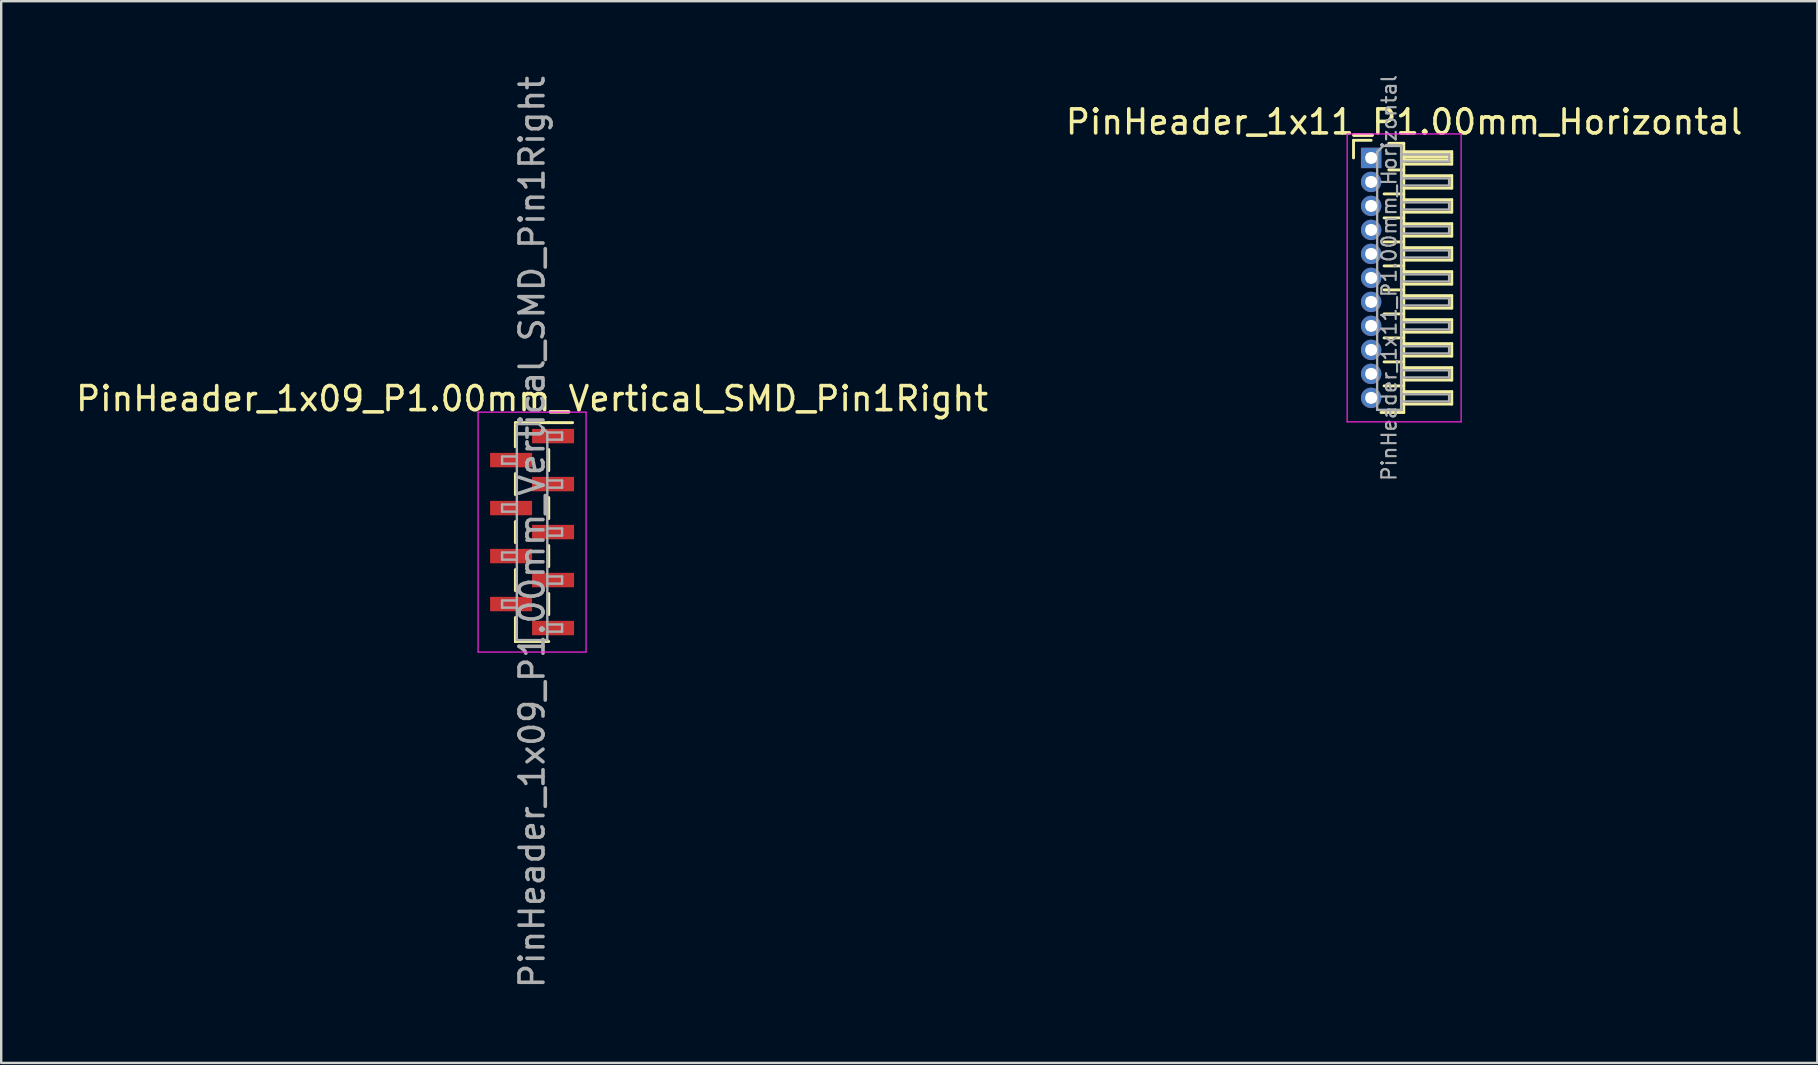
<source format=kicad_pcb>
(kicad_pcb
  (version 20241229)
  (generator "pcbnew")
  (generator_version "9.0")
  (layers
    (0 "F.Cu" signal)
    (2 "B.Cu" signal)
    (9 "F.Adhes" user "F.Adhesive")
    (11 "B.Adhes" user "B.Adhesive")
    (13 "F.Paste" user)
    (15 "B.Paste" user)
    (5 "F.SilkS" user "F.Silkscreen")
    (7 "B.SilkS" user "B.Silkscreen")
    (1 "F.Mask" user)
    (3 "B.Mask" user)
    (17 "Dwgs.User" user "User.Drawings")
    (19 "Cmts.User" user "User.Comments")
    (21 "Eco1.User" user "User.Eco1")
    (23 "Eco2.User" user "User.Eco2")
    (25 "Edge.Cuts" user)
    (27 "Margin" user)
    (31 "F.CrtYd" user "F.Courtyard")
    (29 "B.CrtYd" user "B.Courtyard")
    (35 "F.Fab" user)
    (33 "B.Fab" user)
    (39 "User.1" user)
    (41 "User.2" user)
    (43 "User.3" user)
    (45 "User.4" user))
  (footprint "PinHeader_1x11_P1.00mm_Horizontal"
    (layer "F.Cu")
    (at 54.095 3.532)
    (property "Reference" "PinHeader_1x11_P1.00mm_Horizontal" (at 1.375 -1.5 0) (layer "F.SilkS") (effects (font (size 1 1) (thickness 0.15))))
    (attr through_hole)
    (fp_line (start -0.735 -0.735) (end 0 -0.735) (stroke (width 0.12) (type solid)) (layer "F.SilkS"))
    (fp_line (start -0.735 0) (end -0.735 -0.735) (stroke (width 0.12) (type solid)) (layer "F.SilkS"))
    (fp_line (start 0.539 1.5) (end 1.36 1.5) (stroke (width 0.12) (type solid)) (layer "F.SilkS"))
    (fp_line (start 0.539 2.5) (end 1.36 2.5) (stroke (width 0.12) (type solid)) (layer "F.SilkS"))
    (fp_line (start 0.539 3.5) (end 1.36 3.5) (stroke (width 0.12) (type solid)) (layer "F.SilkS"))
    (fp_line (start 0.539 4.5) (end 1.36 4.5) (stroke (width 0.12) (type solid)) (layer "F.SilkS"))
    (fp_line (start 0.539 5.5) (end 1.36 5.5) (stroke (width 0.12) (type solid)) (layer "F.SilkS"))
    (fp_line (start 0.539 6.5) (end 1.36 6.5) (stroke (width 0.12) (type solid)) (layer "F.SilkS"))
    (fp_line (start 0.539 7.5) (end 1.36 7.5) (stroke (width 0.12) (type solid)) (layer "F.SilkS"))
    (fp_line (start 0.539 8.5) (end 1.36 8.5) (stroke (width 0.12) (type solid)) (layer "F.SilkS"))
    (fp_line (start 0.539 9.5) (end 1.36 9.5) (stroke (width 0.12) (type solid)) (layer "F.SilkS"))
    (fp_line (start 0.735 -0.61) (end 1.36 -0.61) (stroke (width 0.12) (type solid)) (layer "F.SilkS"))
    (fp_line (start 0.735 0.5) (end 1.36 0.5) (stroke (width 0.12) (type solid)) (layer "F.SilkS"))
    (fp_line (start 1.36 -0.61) (end 1.36 10.61) (stroke (width 0.12) (type solid)) (layer "F.SilkS"))
    (fp_line (start 1.36 -0.26) (end 3.36 -0.26) (stroke (width 0.12) (type solid)) (layer "F.SilkS"))
    (fp_line (start 1.36 -0.15) (end 3.36 -0.15) (stroke (width 0.12) (type solid)) (layer "F.SilkS"))
    (fp_line (start 1.36 -0.03) (end 3.36 -0.03) (stroke (width 0.12) (type solid)) (layer "F.SilkS"))
    (fp_line (start 1.36 0.09) (end 3.36 0.09) (stroke (width 0.12) (type solid)) (layer "F.SilkS"))
    (fp_line (start 1.36 0.74) (end 3.36 0.74) (stroke (width 0.12) (type solid)) (layer "F.SilkS"))
    (fp_line (start 1.36 1.74) (end 3.36 1.74) (stroke (width 0.12) (type solid)) (layer "F.SilkS"))
    (fp_line (start 1.36 2.74) (end 3.36 2.74) (stroke (width 0.12) (type solid)) (layer "F.SilkS"))
    (fp_line (start 1.36 3.74) (end 3.36 3.74) (stroke (width 0.12) (type solid)) (layer "F.SilkS"))
    (fp_line (start 1.36 4.74) (end 3.36 4.74) (stroke (width 0.12) (type solid)) (layer "F.SilkS"))
    (fp_line (start 1.36 5.74) (end 3.36 5.74) (stroke (width 0.12) (type solid)) (layer "F.SilkS"))
    (fp_line (start 1.36 6.74) (end 3.36 6.74) (stroke (width 0.12) (type solid)) (layer "F.SilkS"))
    (fp_line (start 1.36 7.74) (end 3.36 7.74) (stroke (width 0.12) (type solid)) (layer "F.SilkS"))
    (fp_line (start 1.36 8.74) (end 3.36 8.74) (stroke (width 0.12) (type solid)) (layer "F.SilkS"))
    (fp_line (start 1.36 9.74) (end 3.36 9.74) (stroke (width 0.12) (type solid)) (layer "F.SilkS"))
    (fp_line (start 1.36 10.61) (end 0.41 10.61) (stroke (width 0.12) (type solid)) (layer "F.SilkS"))
    (fp_line (start 3.36 -0.26) (end 3.36 0.26) (stroke (width 0.12) (type solid)) (layer "F.SilkS"))
    (fp_line (start 3.36 0.26) (end 1.36 0.26) (stroke (width 0.12) (type solid)) (layer "F.SilkS"))
    (fp_line (start 3.36 0.74) (end 3.36 1.26) (stroke (width 0.12) (type solid)) (layer "F.SilkS"))
    (fp_line (start 3.36 1.26) (end 1.36 1.26) (stroke (width 0.12) (type solid)) (layer "F.SilkS"))
    (fp_line (start 3.36 1.74) (end 3.36 2.26) (stroke (width 0.12) (type solid)) (layer "F.SilkS"))
    (fp_line (start 3.36 2.26) (end 1.36 2.26) (stroke (width 0.12) (type solid)) (layer "F.SilkS"))
    (fp_line (start 3.36 2.74) (end 3.36 3.26) (stroke (width 0.12) (type solid)) (layer "F.SilkS"))
    (fp_line (start 3.36 3.26) (end 1.36 3.26) (stroke (width 0.12) (type solid)) (layer "F.SilkS"))
    (fp_line (start 3.36 3.74) (end 3.36 4.26) (stroke (width 0.12) (type solid)) (layer "F.SilkS"))
    (fp_line (start 3.36 4.26) (end 1.36 4.26) (stroke (width 0.12) (type solid)) (layer "F.SilkS"))
    (fp_line (start 3.36 4.74) (end 3.36 5.26) (stroke (width 0.12) (type solid)) (layer "F.SilkS"))
    (fp_line (start 3.36 5.26) (end 1.36 5.26) (stroke (width 0.12) (type solid)) (layer "F.SilkS"))
    (fp_line (start 3.36 5.74) (end 3.36 6.26) (stroke (width 0.12) (type solid)) (layer "F.SilkS"))
    (fp_line (start 3.36 6.26) (end 1.36 6.26) (stroke (width 0.12) (type solid)) (layer "F.SilkS"))
    (fp_line (start 3.36 6.74) (end 3.36 7.26) (stroke (width 0.12) (type solid)) (layer "F.SilkS"))
    (fp_line (start 3.36 7.26) (end 1.36 7.26) (stroke (width 0.12) (type solid)) (layer "F.SilkS"))
    (fp_line (start 3.36 7.74) (end 3.36 8.26) (stroke (width 0.12) (type solid)) (layer "F.SilkS"))
    (fp_line (start 3.36 8.26) (end 1.36 8.26) (stroke (width 0.12) (type solid)) (layer "F.SilkS"))
    (fp_line (start 3.36 8.74) (end 3.36 9.26) (stroke (width 0.12) (type solid)) (layer "F.SilkS"))
    (fp_line (start 3.36 9.26) (end 1.36 9.26) (stroke (width 0.12) (type solid)) (layer "F.SilkS"))
    (fp_line (start 3.36 9.74) (end 3.36 10.26) (stroke (width 0.12) (type solid)) (layer "F.SilkS"))
    (fp_line (start 3.36 10.26) (end 1.36 10.26) (stroke (width 0.12) (type solid)) (layer "F.SilkS"))
    (fp_line (start -1 -1) (end -1 11) (stroke (width 0.05) (type solid)) (layer "F.CrtYd"))
    (fp_line (start -1 11) (end 3.75 11) (stroke (width 0.05) (type solid)) (layer "F.CrtYd"))
    (fp_line (start 3.75 -1) (end -1 -1) (stroke (width 0.05) (type solid)) (layer "F.CrtYd"))
    (fp_line (start 3.75 11) (end 3.75 -1) (stroke (width 0.05) (type solid)) (layer "F.CrtYd"))
    (fp_line (start -0.15 -0.15) (end -0.15 0.15) (stroke (width 0.1) (type solid)) (layer "F.Fab"))
    (fp_line (start -0.15 -0.15) (end 0.25 -0.15) (stroke (width 0.1) (type solid)) (layer "F.Fab"))
    (fp_line (start -0.15 0.15) (end 0.25 0.15) (stroke (width 0.1) (type solid)) (layer "F.Fab"))
    (fp_line (start -0.15 0.85) (end -0.15 1.15) (stroke (width 0.1) (type solid)) (layer "F.Fab"))
    (fp_line (start -0.15 0.85) (end 0.25 0.85) (stroke (width 0.1) (type solid)) (layer "F.Fab"))
    (fp_line (start -0.15 1.15) (end 0.25 1.15) (stroke (width 0.1) (type solid)) (layer "F.Fab"))
    (fp_line (start -0.15 1.85) (end -0.15 2.15) (stroke (width 0.1) (type solid)) (layer "F.Fab"))
    (fp_line (start -0.15 1.85) (end 0.25 1.85) (stroke (width 0.1) (type solid)) (layer "F.Fab"))
    (fp_line (start -0.15 2.15) (end 0.25 2.15) (stroke (width 0.1) (type solid)) (layer "F.Fab"))
    (fp_line (start -0.15 2.85) (end -0.15 3.15) (stroke (width 0.1) (type solid)) (layer "F.Fab"))
    (fp_line (start -0.15 2.85) (end 0.25 2.85) (stroke (width 0.1) (type solid)) (layer "F.Fab"))
    (fp_line (start -0.15 3.15) (end 0.25 3.15) (stroke (width 0.1) (type solid)) (layer "F.Fab"))
    (fp_line (start -0.15 3.85) (end -0.15 4.15) (stroke (width 0.1) (type solid)) (layer "F.Fab"))
    (fp_line (start -0.15 3.85) (end 0.25 3.85) (stroke (width 0.1) (type solid)) (layer "F.Fab"))
    (fp_line (start -0.15 4.15) (end 0.25 4.15) (stroke (width 0.1) (type solid)) (layer "F.Fab"))
    (fp_line (start -0.15 4.85) (end -0.15 5.15) (stroke (width 0.1) (type solid)) (layer "F.Fab"))
    (fp_line (start -0.15 4.85) (end 0.25 4.85) (stroke (width 0.1) (type solid)) (layer "F.Fab"))
    (fp_line (start -0.15 5.15) (end 0.25 5.15) (stroke (width 0.1) (type solid)) (layer "F.Fab"))
    (fp_line (start -0.15 5.85) (end -0.15 6.15) (stroke (width 0.1) (type solid)) (layer "F.Fab"))
    (fp_line (start -0.15 5.85) (end 0.25 5.85) (stroke (width 0.1) (type solid)) (layer "F.Fab"))
    (fp_line (start -0.15 6.15) (end 0.25 6.15) (stroke (width 0.1) (type solid)) (layer "F.Fab"))
    (fp_line (start -0.15 6.85) (end -0.15 7.15) (stroke (width 0.1) (type solid)) (layer "F.Fab"))
    (fp_line (start -0.15 6.85) (end 0.25 6.85) (stroke (width 0.1) (type solid)) (layer "F.Fab"))
    (fp_line (start -0.15 7.15) (end 0.25 7.15) (stroke (width 0.1) (type solid)) (layer "F.Fab"))
    (fp_line (start -0.15 7.85) (end -0.15 8.15) (stroke (width 0.1) (type solid)) (layer "F.Fab"))
    (fp_line (start -0.15 7.85) (end 0.25 7.85) (stroke (width 0.1) (type solid)) (layer "F.Fab"))
    (fp_line (start -0.15 8.15) (end 0.25 8.15) (stroke (width 0.1) (type solid)) (layer "F.Fab"))
    (fp_line (start -0.15 8.85) (end -0.15 9.15) (stroke (width 0.1) (type solid)) (layer "F.Fab"))
    (fp_line (start -0.15 8.85) (end 0.25 8.85) (stroke (width 0.1) (type solid)) (layer "F.Fab"))
    (fp_line (start -0.15 9.15) (end 0.25 9.15) (stroke (width 0.1) (type solid)) (layer "F.Fab"))
    (fp_line (start -0.15 9.85) (end -0.15 10.15) (stroke (width 0.1) (type solid)) (layer "F.Fab"))
    (fp_line (start -0.15 9.85) (end 0.25 9.85) (stroke (width 0.1) (type solid)) (layer "F.Fab"))
    (fp_line (start -0.15 10.15) (end 0.25 10.15) (stroke (width 0.1) (type solid)) (layer "F.Fab"))
    (fp_line (start 0.25 -0.25) (end 0.5 -0.5) (stroke (width 0.1) (type solid)) (layer "F.Fab"))
    (fp_line (start 0.25 10.5) (end 0.25 -0.25) (stroke (width 0.1) (type solid)) (layer "F.Fab"))
    (fp_line (start 0.5 -0.5) (end 1.25 -0.5) (stroke (width 0.1) (type solid)) (layer "F.Fab"))
    (fp_line (start 1.25 -0.5) (end 1.25 10.5) (stroke (width 0.1) (type solid)) (layer "F.Fab"))
    (fp_line (start 1.25 -0.15) (end 3.25 -0.15) (stroke (width 0.1) (type solid)) (layer "F.Fab"))
    (fp_line (start 1.25 0.15) (end 3.25 0.15) (stroke (width 0.1) (type solid)) (layer "F.Fab"))
    (fp_line (start 1.25 0.85) (end 3.25 0.85) (stroke (width 0.1) (type solid)) (layer "F.Fab"))
    (fp_line (start 1.25 1.15) (end 3.25 1.15) (stroke (width 0.1) (type solid)) (layer "F.Fab"))
    (fp_line (start 1.25 1.85) (end 3.25 1.85) (stroke (width 0.1) (type solid)) (layer "F.Fab"))
    (fp_line (start 1.25 2.15) (end 3.25 2.15) (stroke (width 0.1) (type solid)) (layer "F.Fab"))
    (fp_line (start 1.25 2.85) (end 3.25 2.85) (stroke (width 0.1) (type solid)) (layer "F.Fab"))
    (fp_line (start 1.25 3.15) (end 3.25 3.15) (stroke (width 0.1) (type solid)) (layer "F.Fab"))
    (fp_line (start 1.25 3.85) (end 3.25 3.85) (stroke (width 0.1) (type solid)) (layer "F.Fab"))
    (fp_line (start 1.25 4.15) (end 3.25 4.15) (stroke (width 0.1) (type solid)) (layer "F.Fab"))
    (fp_line (start 1.25 4.85) (end 3.25 4.85) (stroke (width 0.1) (type solid)) (layer "F.Fab"))
    (fp_line (start 1.25 5.15) (end 3.25 5.15) (stroke (width 0.1) (type solid)) (layer "F.Fab"))
    (fp_line (start 1.25 5.85) (end 3.25 5.85) (stroke (width 0.1) (type solid)) (layer "F.Fab"))
    (fp_line (start 1.25 6.15) (end 3.25 6.15) (stroke (width 0.1) (type solid)) (layer "F.Fab"))
    (fp_line (start 1.25 6.85) (end 3.25 6.85) (stroke (width 0.1) (type solid)) (layer "F.Fab"))
    (fp_line (start 1.25 7.15) (end 3.25 7.15) (stroke (width 0.1) (type solid)) (layer "F.Fab"))
    (fp_line (start 1.25 7.85) (end 3.25 7.85) (stroke (width 0.1) (type solid)) (layer "F.Fab"))
    (fp_line (start 1.25 8.15) (end 3.25 8.15) (stroke (width 0.1) (type solid)) (layer "F.Fab"))
    (fp_line (start 1.25 8.85) (end 3.25 8.85) (stroke (width 0.1) (type solid)) (layer "F.Fab"))
    (fp_line (start 1.25 9.15) (end 3.25 9.15) (stroke (width 0.1) (type solid)) (layer "F.Fab"))
    (fp_line (start 1.25 9.85) (end 3.25 9.85) (stroke (width 0.1) (type solid)) (layer "F.Fab"))
    (fp_line (start 1.25 10.15) (end 3.25 10.15) (stroke (width 0.1) (type solid)) (layer "F.Fab"))
    (fp_line (start 1.25 10.5) (end 0.25 10.5) (stroke (width 0.1) (type solid)) (layer "F.Fab"))
    (fp_line (start 3.25 -0.15) (end 3.25 0.15) (stroke (width 0.1) (type solid)) (layer "F.Fab"))
    (fp_line (start 3.25 0.85) (end 3.25 1.15) (stroke (width 0.1) (type solid)) (layer "F.Fab"))
    (fp_line (start 3.25 1.85) (end 3.25 2.15) (stroke (width 0.1) (type solid)) (layer "F.Fab"))
    (fp_line (start 3.25 2.85) (end 3.25 3.15) (stroke (width 0.1) (type solid)) (layer "F.Fab"))
    (fp_line (start 3.25 3.85) (end 3.25 4.15) (stroke (width 0.1) (type solid)) (layer "F.Fab"))
    (fp_line (start 3.25 4.85) (end 3.25 5.15) (stroke (width 0.1) (type solid)) (layer "F.Fab"))
    (fp_line (start 3.25 5.85) (end 3.25 6.15) (stroke (width 0.1) (type solid)) (layer "F.Fab"))
    (fp_line (start 3.25 6.85) (end 3.25 7.15) (stroke (width 0.1) (type solid)) (layer "F.Fab"))
    (fp_line (start 3.25 7.85) (end 3.25 8.15) (stroke (width 0.1) (type solid)) (layer "F.Fab"))
    (fp_line (start 3.25 8.85) (end 3.25 9.15) (stroke (width 0.1) (type solid)) (layer "F.Fab"))
    (fp_line (start 3.25 9.85) (end 3.25 10.15) (stroke (width 0.1) (type solid)) (layer "F.Fab"))
    (fp_text user "${REFERENCE}" (at 0.75 5 90) (layer "F.Fab") (effects (font (size 0.6 0.6) (thickness 0.09))))
    (pad "1" thru_hole rect (at 0 0) (size 0.85 0.85) (drill 0.5) (layers "*.Cu" "*.Mask"))
    (pad "2" thru_hole circle (at 0 1) (size 0.85 0.85) (drill 0.5) (layers "*.Cu" "*.Mask"))
    (pad "3" thru_hole circle (at 0 2) (size 0.85 0.85) (drill 0.5) (layers "*.Cu" "*.Mask"))
    (pad "4" thru_hole circle (at 0 3) (size 0.85 0.85) (drill 0.5) (layers "*.Cu" "*.Mask"))
    (pad "5" thru_hole circle (at 0 4) (size 0.85 0.85) (drill 0.5) (layers "*.Cu" "*.Mask"))
    (pad "6" thru_hole circle (at 0 5) (size 0.85 0.85) (drill 0.5) (layers "*.Cu" "*.Mask"))
    (pad "7" thru_hole circle (at 0 6) (size 0.85 0.85) (drill 0.5) (layers "*.Cu" "*.Mask"))
    (pad "8" thru_hole circle (at 0 7) (size 0.85 0.85) (drill 0.5) (layers "*.Cu" "*.Mask"))
    (pad "9" thru_hole circle (at 0 8) (size 0.85 0.85) (drill 0.5) (layers "*.Cu" "*.Mask"))
    (pad "10" thru_hole circle (at 0 9) (size 0.85 0.85) (drill 0.5) (layers "*.Cu" "*.Mask"))
    (pad "11" thru_hole circle (at 0 10) (size 0.85 0.85) (drill 0.5) (layers "*.Cu" "*.Mask")))
  (footprint "PinHeader_1x09_P1.00mm_Vertical_SMD_Pin1Right"
    (layer "F.Cu")
    (at 19.125 19.125)
    (property "Reference" "PinHeader_1x09_P1.00mm_Vertical_SMD_Pin1Right" (at 0 -5.56 0) (layer "F.SilkS") (effects (font (size 1 1) (thickness 0.15))))
    (attr smd)
    (fp_line (start -0.695 -4.56) (end -0.695 -3.56) (stroke (width 0.12) (type solid)) (layer "F.SilkS"))
    (fp_line (start -0.695 -4.56) (end 0.695 -4.56) (stroke (width 0.12) (type solid)) (layer "F.SilkS"))
    (fp_line (start -0.695 -4.44) (end -0.695 -3.56) (stroke (width 0.12) (type solid)) (layer "F.SilkS"))
    (fp_line (start -0.695 -2.44) (end -0.695 -1.56) (stroke (width 0.12) (type solid)) (layer "F.SilkS"))
    (fp_line (start -0.695 -0.44) (end -0.695 0.44) (stroke (width 0.12) (type solid)) (layer "F.SilkS"))
    (fp_line (start -0.695 1.56) (end -0.695 2.44) (stroke (width 0.12) (type solid)) (layer "F.SilkS"))
    (fp_line (start -0.695 3.56) (end -0.695 4.56) (stroke (width 0.12) (type solid)) (layer "F.SilkS"))
    (fp_line (start -0.695 4.56) (end -0.695 4.56) (stroke (width 0.12) (type solid)) (layer "F.SilkS"))
    (fp_line (start -0.695 4.56) (end 0.695 4.56) (stroke (width 0.12) (type solid)) (layer "F.SilkS"))
    (fp_line (start 0.695 -4.56) (end 0.695 -4.56) (stroke (width 0.12) (type solid)) (layer "F.SilkS"))
    (fp_line (start 0.695 -4.56) (end 1.69 -4.56) (stroke (width 0.12) (type solid)) (layer "F.SilkS"))
    (fp_line (start 0.695 -3.44) (end 0.695 -2.56) (stroke (width 0.12) (type solid)) (layer "F.SilkS"))
    (fp_line (start 0.695 -1.44) (end 0.695 -0.56) (stroke (width 0.12) (type solid)) (layer "F.SilkS"))
    (fp_line (start 0.695 0.56) (end 0.695 1.44) (stroke (width 0.12) (type solid)) (layer "F.SilkS"))
    (fp_line (start 0.695 2.56) (end 0.695 3.44) (stroke (width 0.12) (type solid)) (layer "F.SilkS"))
    (fp_line (start -2.25 -5) (end -2.25 5) (stroke (width 0.05) (type solid)) (layer "F.CrtYd"))
    (fp_line (start -2.25 5) (end 2.25 5) (stroke (width 0.05) (type solid)) (layer "F.CrtYd"))
    (fp_line (start 2.25 -5) (end -2.25 -5) (stroke (width 0.05) (type solid)) (layer "F.CrtYd"))
    (fp_line (start 2.25 5) (end 2.25 -5) (stroke (width 0.05) (type solid)) (layer "F.CrtYd"))
    (fp_line (start -1.25 -3.15) (end -1.25 -2.85) (stroke (width 0.1) (type solid)) (layer "F.Fab"))
    (fp_line (start -1.25 -2.85) (end -0.635 -2.85) (stroke (width 0.1) (type solid)) (layer "F.Fab"))
    (fp_line (start -1.25 -1.15) (end -1.25 -0.85) (stroke (width 0.1) (type solid)) (layer "F.Fab"))
    (fp_line (start -1.25 -0.85) (end -0.635 -0.85) (stroke (width 0.1) (type solid)) (layer "F.Fab"))
    (fp_line (start -1.25 0.85) (end -1.25 1.15) (stroke (width 0.1) (type solid)) (layer "F.Fab"))
    (fp_line (start -1.25 1.15) (end -0.635 1.15) (stroke (width 0.1) (type solid)) (layer "F.Fab"))
    (fp_line (start -1.25 2.85) (end -1.25 3.15) (stroke (width 0.1) (type solid)) (layer "F.Fab"))
    (fp_line (start -1.25 3.15) (end -0.635 3.15) (stroke (width 0.1) (type solid)) (layer "F.Fab"))
    (fp_line (start -0.635 -4.5) (end -0.635 4.5) (stroke (width 0.1) (type solid)) (layer "F.Fab"))
    (fp_line (start -0.635 -4.5) (end 0.285 -4.5) (stroke (width 0.1) (type solid)) (layer "F.Fab"))
    (fp_line (start -0.635 -3.15) (end -1.25 -3.15) (stroke (width 0.1) (type solid)) (layer "F.Fab"))
    (fp_line (start -0.635 -1.15) (end -1.25 -1.15) (stroke (width 0.1) (type solid)) (layer "F.Fab"))
    (fp_line (start -0.635 0.85) (end -1.25 0.85) (stroke (width 0.1) (type solid)) (layer "F.Fab"))
    (fp_line (start -0.635 2.85) (end -1.25 2.85) (stroke (width 0.1) (type solid)) (layer "F.Fab"))
    (fp_line (start 0.635 -4.15) (end 0.285 -4.5) (stroke (width 0.1) (type solid)) (layer "F.Fab"))
    (fp_line (start 0.635 -4.15) (end 1.25 -4.15) (stroke (width 0.1) (type solid)) (layer "F.Fab"))
    (fp_line (start 0.635 -2.15) (end 1.25 -2.15) (stroke (width 0.1) (type solid)) (layer "F.Fab"))
    (fp_line (start 0.635 -0.15) (end 1.25 -0.15) (stroke (width 0.1) (type solid)) (layer "F.Fab"))
    (fp_line (start 0.635 1.85) (end 1.25 1.85) (stroke (width 0.1) (type solid)) (layer "F.Fab"))
    (fp_line (start 0.635 3.85) (end 1.25 3.85) (stroke (width 0.1) (type solid)) (layer "F.Fab"))
    (fp_line (start 0.635 4.5) (end -0.635 4.5) (stroke (width 0.1) (type solid)) (layer "F.Fab"))
    (fp_line (start 0.635 4.5) (end 0.635 -4.15) (stroke (width 0.1) (type solid)) (layer "F.Fab"))
    (fp_line (start 1.25 -4.15) (end 1.25 -3.85) (stroke (width 0.1) (type solid)) (layer "F.Fab"))
    (fp_line (start 1.25 -3.85) (end 0.635 -3.85) (stroke (width 0.1) (type solid)) (layer "F.Fab"))
    (fp_line (start 1.25 -2.15) (end 1.25 -1.85) (stroke (width 0.1) (type solid)) (layer "F.Fab"))
    (fp_line (start 1.25 -1.85) (end 0.635 -1.85) (stroke (width 0.1) (type solid)) (layer "F.Fab"))
    (fp_line (start 1.25 -0.15) (end 1.25 0.15) (stroke (width 0.1) (type solid)) (layer "F.Fab"))
    (fp_line (start 1.25 0.15) (end 0.635 0.15) (stroke (width 0.1) (type solid)) (layer "F.Fab"))
    (fp_line (start 1.25 1.85) (end 1.25 2.15) (stroke (width 0.1) (type solid)) (layer "F.Fab"))
    (fp_line (start 1.25 2.15) (end 0.635 2.15) (stroke (width 0.1) (type solid)) (layer "F.Fab"))
    (fp_line (start 1.25 3.85) (end 1.25 4.15) (stroke (width 0.1) (type solid)) (layer "F.Fab"))
    (fp_line (start 1.25 4.15) (end 0.635 4.15) (stroke (width 0.1) (type solid)) (layer "F.Fab"))
    (fp_text user "${REFERENCE}" (at 0 0 90) (layer "F.Fab") (effects (font (size 1 1) (thickness 0.15))))
    (pad "1" smd rect (at 0.875 -4) (size 1.75 0.6) (layers "F.Cu" "F.Mask" "F.Paste"))
    (pad "2" smd rect (at -0.875 -3) (size 1.75 0.6) (layers "F.Cu" "F.Mask" "F.Paste"))
    (pad "3" smd rect (at 0.875 -2) (size 1.75 0.6) (layers "F.Cu" "F.Mask" "F.Paste"))
    (pad "4" smd rect (at -0.875 -1) (size 1.75 0.6) (layers "F.Cu" "F.Mask" "F.Paste"))
    (pad "5" smd rect (at 0.875 0) (size 1.75 0.6) (layers "F.Cu" "F.Mask" "F.Paste"))
    (pad "6" smd rect (at -0.875 1) (size 1.75 0.6) (layers "F.Cu" "F.Mask" "F.Paste"))
    (pad "7" smd rect (at 0.875 2) (size 1.75 0.6) (layers "F.Cu" "F.Mask" "F.Paste"))
    (pad "8" smd rect (at -0.875 3) (size 1.75 0.6) (layers "F.Cu" "F.Mask" "F.Paste"))
    (pad "9" smd rect (at 0.875 4) (size 1.75 0.6) (layers "F.Cu" "F.Mask" "F.Paste")))
  (gr_rect
    (start -3 -3)
    (end 72.69 41.25)
    (stroke (width 0.1) (type default))
    (fill no)
    (layer "Edge.Cuts")))
</source>
